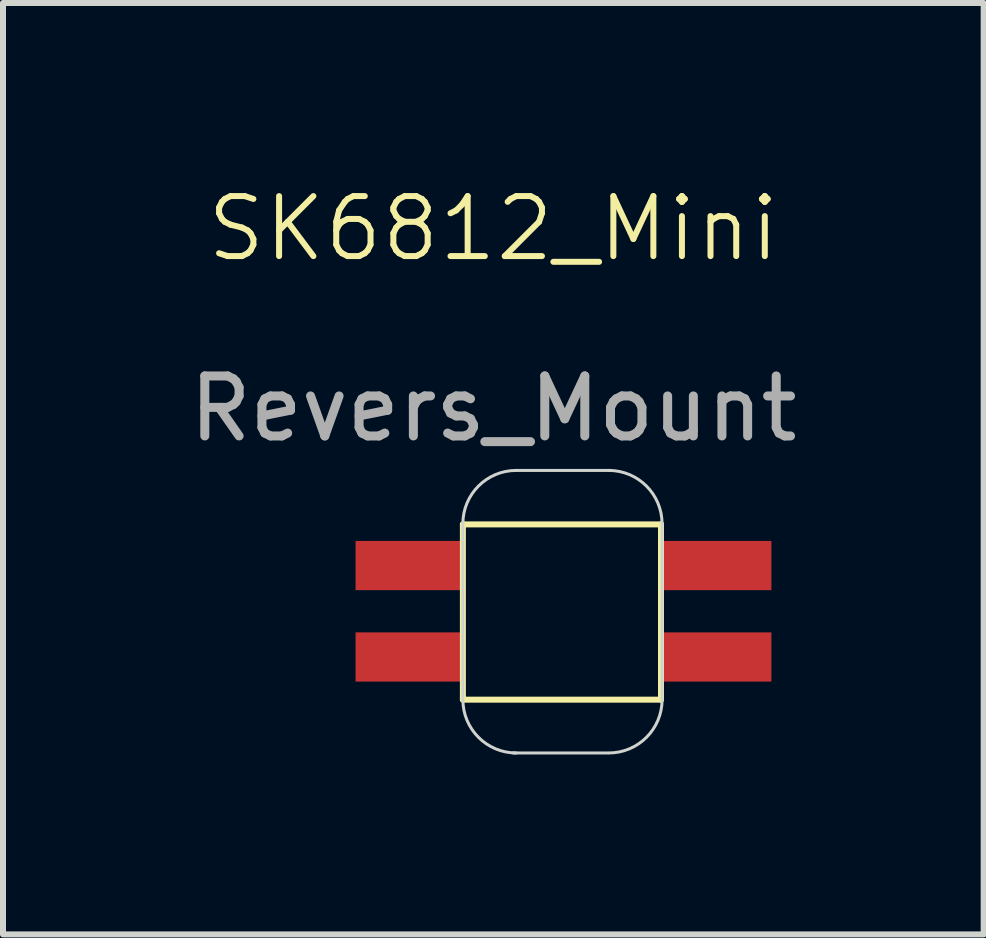
<source format=kicad_pcb>
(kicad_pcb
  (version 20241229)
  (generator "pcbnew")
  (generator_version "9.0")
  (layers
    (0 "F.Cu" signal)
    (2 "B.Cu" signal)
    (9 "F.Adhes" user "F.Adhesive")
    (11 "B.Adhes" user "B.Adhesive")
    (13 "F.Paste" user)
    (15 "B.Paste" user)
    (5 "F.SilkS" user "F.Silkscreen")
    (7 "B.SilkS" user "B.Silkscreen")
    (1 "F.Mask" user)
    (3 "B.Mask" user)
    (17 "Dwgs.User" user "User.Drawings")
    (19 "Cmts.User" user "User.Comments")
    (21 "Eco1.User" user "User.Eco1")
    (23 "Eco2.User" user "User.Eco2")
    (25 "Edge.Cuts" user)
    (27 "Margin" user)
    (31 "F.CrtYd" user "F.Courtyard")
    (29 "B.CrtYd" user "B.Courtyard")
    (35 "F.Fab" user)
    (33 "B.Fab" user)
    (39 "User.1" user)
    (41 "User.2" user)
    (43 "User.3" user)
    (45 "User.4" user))
  (footprint "SK6812_Mini"
    (layer "F.Cu")
    (at 4.665 8.611)
    (property "Reference" "SK6812_Mini" (at 0.508 -7.85 0) (unlocked yes) (layer "F.SilkS") (effects (font (size 1 1) (thickness 0.1))))
    (attr smd)
    (fp_line (start 0 -2.921) (end 3.302 -2.921) (stroke (width 0.1) (type default)) (layer "F.SilkS"))
    (fp_line (start 0 0) (end 0 -2.921) (stroke (width 0.1) (type default)) (layer "F.SilkS"))
    (fp_line (start 3.302 -2.921) (end 3.302 0) (stroke (width 0.1) (type default)) (layer "F.SilkS"))
    (fp_line (start 3.302 0) (end 0 0) (stroke (width 0.1) (type default)) (layer "F.SilkS"))
    (fp_line (start 0 0) (end 0 -2.921) (stroke (width 0.05) (type default)) (layer "Edge.Cuts"))
    (fp_line (start 2.413 0.889) (end 0.838 0.889) (stroke (width 0.05) (type default)) (layer "Edge.Cuts"))
    (fp_line (start 2.467 -3.82) (end 0.893 -3.82) (stroke (width 0.05) (type default)) (layer "Edge.Cuts"))
    (fp_line (start 3.32 -2.931) (end 3.32 -0.01) (stroke (width 0.05) (type default)) (layer "Edge.Cuts"))
    (fp_arc (start -0.000382 -2.931382) (mid 0.26 -3.56) (end 0.888618 -3.820382) (stroke (width 0.05) (type default)) (layer "Edge.Cuts"))
    (fp_arc (start 0.889 0.889) (mid 0.260382 0.628618) (end 0 0) (stroke (width 0.05) (type default)) (layer "Edge.Cuts"))
    (fp_arc (start 2.430618 -3.820382) (mid 3.059236 -3.56) (end 3.319618 -2.931382) (stroke (width 0.05) (type default)) (layer "Edge.Cuts"))
    (fp_arc (start 3.32 0) (mid 3.059618 0.628618) (end 2.431 0.889) (stroke (width 0.05) (type default)) (layer "Edge.Cuts"))
    (fp_text user "Revers_Mount" (at 0.508 -4.85 0) (unlocked yes) (layer "F.Fab") (effects (font (size 1 1) (thickness 0.15))))
    (pad "1" smd rect (at 4.242 -0.711) (size 1.8 0.82) (layers "F.Cu" "F.Mask" "F.Paste"))
    (pad "2" smd rect (at 4.242 -2.235) (size 1.8 0.82) (layers "F.Cu" "F.Mask" "F.Paste"))
    (pad "3" smd rect (at -0.889 -0.711) (size 1.8 0.82) (layers "F.Cu" "F.Mask" "F.Paste"))
    (pad "4" smd rect (at -0.889 -2.235) (size 1.8 0.82) (layers "F.Cu" "F.Mask" "F.Paste")))
  (gr_rect
    (start -3 -3)
    (end 13.345 12.524)
    (stroke (width 0.1) (type default))
    (fill no)
    (layer "Edge.Cuts")))
</source>
